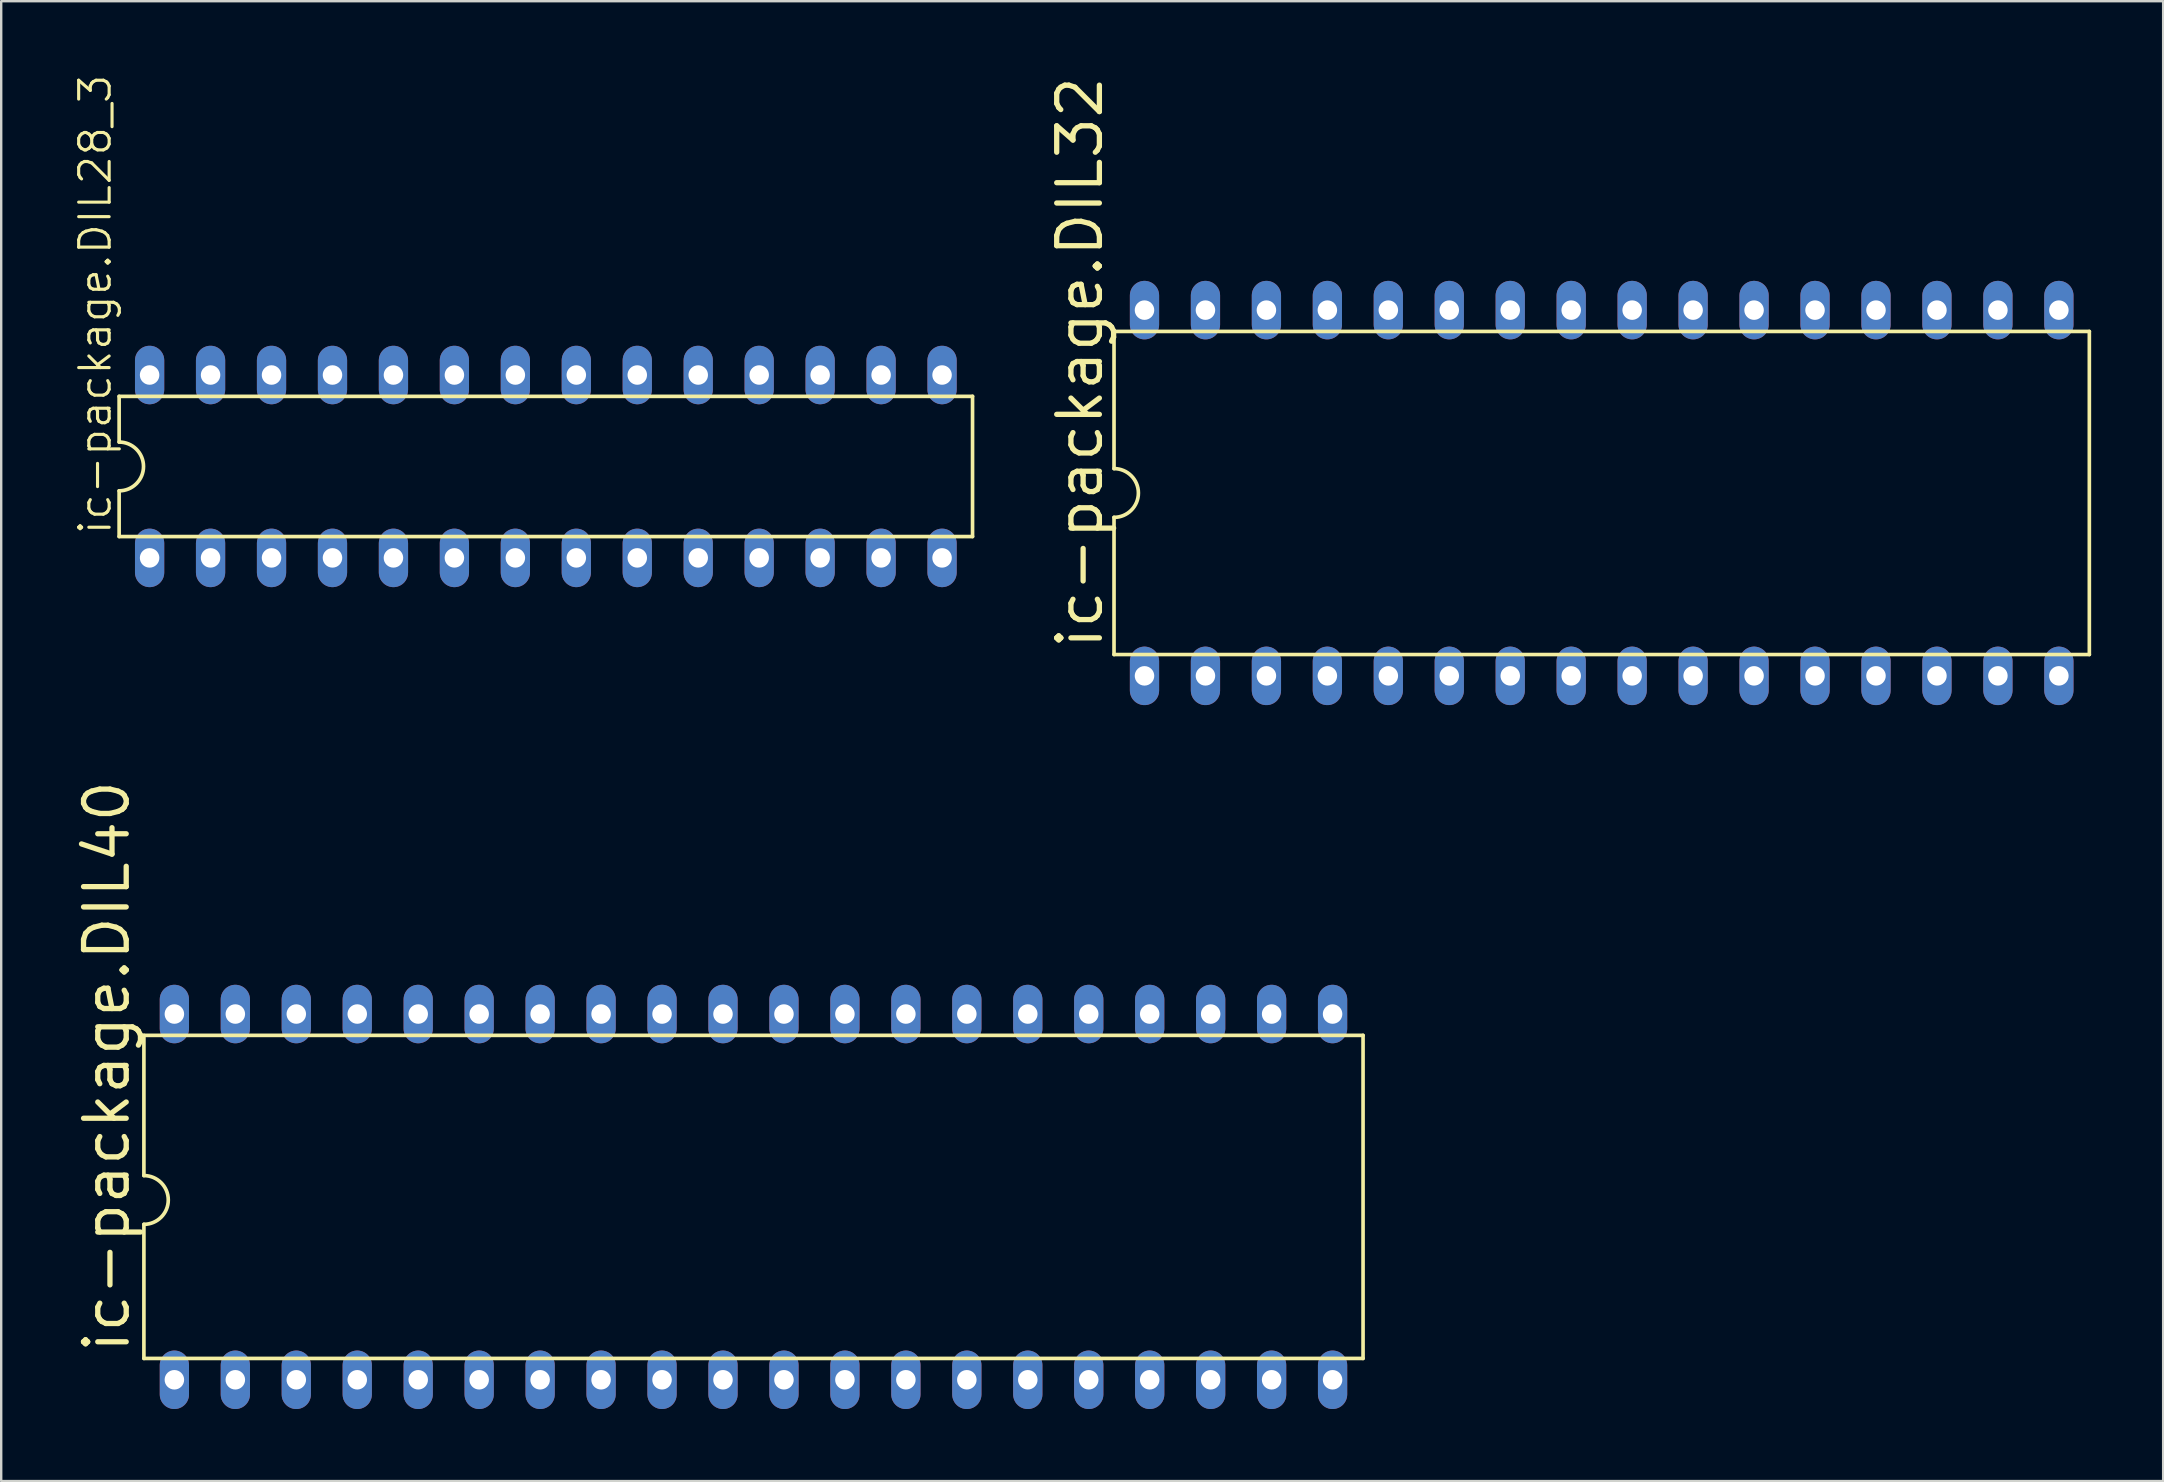
<source format=kicad_pcb>
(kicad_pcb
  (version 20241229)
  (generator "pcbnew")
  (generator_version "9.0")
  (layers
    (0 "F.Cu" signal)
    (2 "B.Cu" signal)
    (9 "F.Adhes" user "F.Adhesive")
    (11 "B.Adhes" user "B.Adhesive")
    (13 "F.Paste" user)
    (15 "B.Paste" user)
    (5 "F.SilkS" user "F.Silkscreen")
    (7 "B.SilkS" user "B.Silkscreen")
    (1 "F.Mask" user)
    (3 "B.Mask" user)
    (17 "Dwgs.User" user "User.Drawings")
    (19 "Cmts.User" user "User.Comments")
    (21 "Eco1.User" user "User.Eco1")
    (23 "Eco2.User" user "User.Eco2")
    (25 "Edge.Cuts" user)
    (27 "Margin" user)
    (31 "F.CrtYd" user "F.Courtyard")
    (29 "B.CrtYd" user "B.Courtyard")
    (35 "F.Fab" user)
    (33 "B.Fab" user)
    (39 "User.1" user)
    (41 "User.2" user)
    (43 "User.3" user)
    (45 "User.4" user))
  (footprint "ic-package.DIL32"
    (layer "F.Cu")
    (at 63.689 17.492)
    (property "Reference" "ic-package.DIL32" (at -20.701 6.604 90) (layer "F.SilkS") (effects (font (size 1.778 1.778) (thickness 0.22)) (justify left bottom)))
    (attr through_hole)
    (fp_line (start -20.32 -6.731) (end -20.32 -1.016) (stroke (width 0.152) (type default)) (layer "F.SilkS"))
    (fp_line (start -20.32 6.731) (end -20.32 1.016) (stroke (width 0.152) (type default)) (layer "F.SilkS"))
    (fp_line (start -20.32 6.731) (end 20.32 6.731) (stroke (width 0.152) (type default)) (layer "F.SilkS"))
    (fp_line (start 20.32 -6.731) (end -20.32 -6.731) (stroke (width 0.152) (type default)) (layer "F.SilkS"))
    (fp_line (start 20.32 -6.731) (end 20.32 6.731) (stroke (width 0.152) (type default)) (layer "F.SilkS"))
    (fp_arc (start -20.32 -1.016) (mid -19.304 0) (end -20.32 1.016) (stroke (width 0.1524) (type default)) (layer "F.SilkS"))
    (pad "1" thru_hole oval (at -19.05 7.62 90) (size 2.438 1.219) (drill 0.813) (layers "*.Cu" "*.Mask"))
    (pad "2" thru_hole oval (at -16.51 7.62 90) (size 2.438 1.219) (drill 0.813) (layers "*.Cu" "*.Mask"))
    (pad "3" thru_hole oval (at -13.97 7.62 90) (size 2.438 1.219) (drill 0.813) (layers "*.Cu" "*.Mask"))
    (pad "4" thru_hole oval (at -11.43 7.62 90) (size 2.438 1.219) (drill 0.813) (layers "*.Cu" "*.Mask"))
    (pad "5" thru_hole oval (at -8.89 7.62 90) (size 2.438 1.219) (drill 0.813) (layers "*.Cu" "*.Mask"))
    (pad "6" thru_hole oval (at -6.35 7.62 90) (size 2.438 1.219) (drill 0.813) (layers "*.Cu" "*.Mask"))
    (pad "7" thru_hole oval (at -3.81 7.62 90) (size 2.438 1.219) (drill 0.813) (layers "*.Cu" "*.Mask"))
    (pad "8" thru_hole oval (at -1.27 7.62 90) (size 2.438 1.219) (drill 0.813) (layers "*.Cu" "*.Mask"))
    (pad "9" thru_hole oval (at 1.27 7.62 90) (size 2.438 1.219) (drill 0.813) (layers "*.Cu" "*.Mask"))
    (pad "10" thru_hole oval (at 3.81 7.62 90) (size 2.438 1.219) (drill 0.813) (layers "*.Cu" "*.Mask"))
    (pad "11" thru_hole oval (at 6.35 7.62 90) (size 2.438 1.219) (drill 0.813) (layers "*.Cu" "*.Mask"))
    (pad "12" thru_hole oval (at 8.89 7.62 90) (size 2.438 1.219) (drill 0.813) (layers "*.Cu" "*.Mask"))
    (pad "13" thru_hole oval (at 11.43 7.62 90) (size 2.438 1.219) (drill 0.813) (layers "*.Cu" "*.Mask"))
    (pad "14" thru_hole oval (at 13.97 7.62 90) (size 2.438 1.219) (drill 0.813) (layers "*.Cu" "*.Mask"))
    (pad "15" thru_hole oval (at 16.51 7.62 90) (size 2.438 1.219) (drill 0.813) (layers "*.Cu" "*.Mask"))
    (pad "16" thru_hole oval (at 19.05 7.62 90) (size 2.438 1.219) (drill 0.813) (layers "*.Cu" "*.Mask"))
    (pad "17" thru_hole oval (at 19.05 -7.62 90) (size 2.438 1.219) (drill 0.813) (layers "*.Cu" "*.Mask"))
    (pad "18" thru_hole oval (at 16.51 -7.62 90) (size 2.438 1.219) (drill 0.813) (layers "*.Cu" "*.Mask"))
    (pad "19" thru_hole oval (at 13.97 -7.62 90) (size 2.438 1.219) (drill 0.813) (layers "*.Cu" "*.Mask"))
    (pad "20" thru_hole oval (at 11.43 -7.62 90) (size 2.438 1.219) (drill 0.813) (layers "*.Cu" "*.Mask"))
    (pad "21" thru_hole oval (at 8.89 -7.62 90) (size 2.438 1.219) (drill 0.813) (layers "*.Cu" "*.Mask"))
    (pad "22" thru_hole oval (at 6.35 -7.62 90) (size 2.438 1.219) (drill 0.813) (layers "*.Cu" "*.Mask"))
    (pad "23" thru_hole oval (at 3.81 -7.62 90) (size 2.438 1.219) (drill 0.813) (layers "*.Cu" "*.Mask"))
    (pad "24" thru_hole oval (at 1.27 -7.62 90) (size 2.438 1.219) (drill 0.813) (layers "*.Cu" "*.Mask"))
    (pad "25" thru_hole oval (at -1.27 -7.62 90) (size 2.438 1.219) (drill 0.813) (layers "*.Cu" "*.Mask"))
    (pad "26" thru_hole oval (at -3.81 -7.62 90) (size 2.438 1.219) (drill 0.813) (layers "*.Cu" "*.Mask"))
    (pad "27" thru_hole oval (at -6.35 -7.62 90) (size 2.438 1.219) (drill 0.813) (layers "*.Cu" "*.Mask"))
    (pad "28" thru_hole oval (at -8.89 -7.62 90) (size 2.438 1.219) (drill 0.813) (layers "*.Cu" "*.Mask"))
    (pad "29" thru_hole oval (at -11.43 -7.62 90) (size 2.438 1.219) (drill 0.813) (layers "*.Cu" "*.Mask"))
    (pad "30" thru_hole oval (at -13.97 -7.62 90) (size 2.438 1.219) (drill 0.813) (layers "*.Cu" "*.Mask"))
    (pad "31" thru_hole oval (at -16.51 -7.62 90) (size 2.438 1.219) (drill 0.813) (layers "*.Cu" "*.Mask"))
    (pad "32" thru_hole oval (at -19.05 -7.62 90) (size 2.438 1.219) (drill 0.813) (layers "*.Cu" "*.Mask")))
  (footprint "ic-package.DIL28_3"
    (layer "F.Cu")
    (at 19.694 16.386)
    (property "Reference" "ic-package.DIL28_3" (at -18.034 2.921 90) (layer "F.SilkS") (effects (font (size 1.27 1.27) (thickness 0.13)) (justify left bottom)))
    (attr through_hole)
    (fp_line (start -17.78 -2.921) (end -17.78 -1.016) (stroke (width 0.152) (type default)) (layer "F.SilkS"))
    (fp_line (start -17.78 2.921) (end -17.78 1.016) (stroke (width 0.152) (type default)) (layer "F.SilkS"))
    (fp_line (start -17.78 2.921) (end 17.78 2.921) (stroke (width 0.152) (type default)) (layer "F.SilkS"))
    (fp_line (start 17.78 -2.921) (end -17.78 -2.921) (stroke (width 0.152) (type default)) (layer "F.SilkS"))
    (fp_line (start 17.78 -2.921) (end 17.78 2.921) (stroke (width 0.152) (type default)) (layer "F.SilkS"))
    (fp_arc (start -17.78 -1.016) (mid -16.764 0) (end -17.78 1.016) (stroke (width 0.1524) (type default)) (layer "F.SilkS"))
    (pad "1" thru_hole oval (at -16.51 3.81 90) (size 2.438 1.219) (drill 0.813) (layers "*.Cu" "*.Mask"))
    (pad "2" thru_hole oval (at -13.97 3.81 90) (size 2.438 1.219) (drill 0.813) (layers "*.Cu" "*.Mask"))
    (pad "3" thru_hole oval (at -11.43 3.81 90) (size 2.438 1.219) (drill 0.813) (layers "*.Cu" "*.Mask"))
    (pad "4" thru_hole oval (at -8.89 3.81 90) (size 2.438 1.219) (drill 0.813) (layers "*.Cu" "*.Mask"))
    (pad "5" thru_hole oval (at -6.35 3.81 90) (size 2.438 1.219) (drill 0.813) (layers "*.Cu" "*.Mask"))
    (pad "6" thru_hole oval (at -3.81 3.81 90) (size 2.438 1.219) (drill 0.813) (layers "*.Cu" "*.Mask"))
    (pad "7" thru_hole oval (at -1.27 3.81 90) (size 2.438 1.219) (drill 0.813) (layers "*.Cu" "*.Mask"))
    (pad "8" thru_hole oval (at 1.27 3.81 90) (size 2.438 1.219) (drill 0.813) (layers "*.Cu" "*.Mask"))
    (pad "9" thru_hole oval (at 3.81 3.81 90) (size 2.438 1.219) (drill 0.813) (layers "*.Cu" "*.Mask"))
    (pad "10" thru_hole oval (at 6.35 3.81 90) (size 2.438 1.219) (drill 0.813) (layers "*.Cu" "*.Mask"))
    (pad "11" thru_hole oval (at 8.89 3.81 90) (size 2.438 1.219) (drill 0.813) (layers "*.Cu" "*.Mask"))
    (pad "12" thru_hole oval (at 11.43 3.81 90) (size 2.438 1.219) (drill 0.813) (layers "*.Cu" "*.Mask"))
    (pad "13" thru_hole oval (at 13.97 3.81 90) (size 2.438 1.219) (drill 0.813) (layers "*.Cu" "*.Mask"))
    (pad "14" thru_hole oval (at 16.51 3.81 90) (size 2.438 1.219) (drill 0.813) (layers "*.Cu" "*.Mask"))
    (pad "15" thru_hole oval (at 16.51 -3.81 90) (size 2.438 1.219) (drill 0.813) (layers "*.Cu" "*.Mask"))
    (pad "16" thru_hole oval (at 13.97 -3.81 90) (size 2.438 1.219) (drill 0.813) (layers "*.Cu" "*.Mask"))
    (pad "17" thru_hole oval (at 11.43 -3.81 90) (size 2.438 1.219) (drill 0.813) (layers "*.Cu" "*.Mask"))
    (pad "18" thru_hole oval (at 8.89 -3.81 90) (size 2.438 1.219) (drill 0.813) (layers "*.Cu" "*.Mask"))
    (pad "19" thru_hole oval (at 6.35 -3.81 90) (size 2.438 1.219) (drill 0.813) (layers "*.Cu" "*.Mask"))
    (pad "20" thru_hole oval (at 3.81 -3.81 90) (size 2.438 1.219) (drill 0.813) (layers "*.Cu" "*.Mask"))
    (pad "21" thru_hole oval (at 1.27 -3.81 90) (size 2.438 1.219) (drill 0.813) (layers "*.Cu" "*.Mask"))
    (pad "22" thru_hole oval (at -1.27 -3.81 90) (size 2.438 1.219) (drill 0.813) (layers "*.Cu" "*.Mask"))
    (pad "23" thru_hole oval (at -3.81 -3.81 90) (size 2.438 1.219) (drill 0.813) (layers "*.Cu" "*.Mask"))
    (pad "24" thru_hole oval (at -6.35 -3.81 90) (size 2.438 1.219) (drill 0.813) (layers "*.Cu" "*.Mask"))
    (pad "25" thru_hole oval (at -8.89 -3.81 90) (size 2.438 1.219) (drill 0.813) (layers "*.Cu" "*.Mask"))
    (pad "26" thru_hole oval (at -11.43 -3.81 90) (size 2.438 1.219) (drill 0.813) (layers "*.Cu" "*.Mask"))
    (pad "27" thru_hole oval (at -13.97 -3.81 90) (size 2.438 1.219) (drill 0.813) (layers "*.Cu" "*.Mask"))
    (pad "28" thru_hole oval (at -16.51 -3.81 90) (size 2.438 1.219) (drill 0.813) (layers "*.Cu" "*.Mask")))
  (footprint "ic-package.DIL40"
    (layer "F.Cu")
    (at 28.346 46.823)
    (property "Reference" "ic-package.DIL40" (at -25.908 6.604 90) (layer "F.SilkS") (effects (font (size 1.778 1.778) (thickness 0.22)) (justify left bottom)))
    (attr through_hole)
    (fp_line (start -25.4 -6.731) (end -25.4 -0.889) (stroke (width 0.152) (type default)) (layer "F.SilkS"))
    (fp_line (start -25.4 6.731) (end -25.4 1.143) (stroke (width 0.152) (type default)) (layer "F.SilkS"))
    (fp_line (start -25.4 6.731) (end 25.4 6.731) (stroke (width 0.152) (type default)) (layer "F.SilkS"))
    (fp_line (start 25.4 -6.731) (end -25.4 -6.731) (stroke (width 0.152) (type default)) (layer "F.SilkS"))
    (fp_line (start 25.4 -6.731) (end 25.4 6.731) (stroke (width 0.152) (type default)) (layer "F.SilkS"))
    (fp_arc (start -25.4 -0.889) (mid -24.384 0.127) (end -25.4 1.143) (stroke (width 0.1524) (type default)) (layer "F.SilkS"))
    (pad "1" thru_hole oval (at -24.13 7.62 90) (size 2.438 1.219) (drill 0.813) (layers "*.Cu" "*.Mask"))
    (pad "2" thru_hole oval (at -21.59 7.62 90) (size 2.438 1.219) (drill 0.813) (layers "*.Cu" "*.Mask"))
    (pad "3" thru_hole oval (at -19.05 7.62 90) (size 2.438 1.219) (drill 0.813) (layers "*.Cu" "*.Mask"))
    (pad "4" thru_hole oval (at -16.51 7.62 90) (size 2.438 1.219) (drill 0.813) (layers "*.Cu" "*.Mask"))
    (pad "5" thru_hole oval (at -13.97 7.62 90) (size 2.438 1.219) (drill 0.813) (layers "*.Cu" "*.Mask"))
    (pad "6" thru_hole oval (at -11.43 7.62 90) (size 2.438 1.219) (drill 0.813) (layers "*.Cu" "*.Mask"))
    (pad "7" thru_hole oval (at -8.89 7.62 90) (size 2.438 1.219) (drill 0.813) (layers "*.Cu" "*.Mask"))
    (pad "8" thru_hole oval (at -6.35 7.62 90) (size 2.438 1.219) (drill 0.813) (layers "*.Cu" "*.Mask"))
    (pad "9" thru_hole oval (at -3.81 7.62 90) (size 2.438 1.219) (drill 0.813) (layers "*.Cu" "*.Mask"))
    (pad "10" thru_hole oval (at -1.27 7.62 90) (size 2.438 1.219) (drill 0.813) (layers "*.Cu" "*.Mask"))
    (pad "11" thru_hole oval (at 1.27 7.62 90) (size 2.438 1.219) (drill 0.813) (layers "*.Cu" "*.Mask"))
    (pad "12" thru_hole oval (at 3.81 7.62 90) (size 2.438 1.219) (drill 0.813) (layers "*.Cu" "*.Mask"))
    (pad "13" thru_hole oval (at 6.35 7.62 90) (size 2.438 1.219) (drill 0.813) (layers "*.Cu" "*.Mask"))
    (pad "14" thru_hole oval (at 8.89 7.62 90) (size 2.438 1.219) (drill 0.813) (layers "*.Cu" "*.Mask"))
    (pad "15" thru_hole oval (at 11.43 7.62 90) (size 2.438 1.219) (drill 0.813) (layers "*.Cu" "*.Mask"))
    (pad "16" thru_hole oval (at 13.97 7.62 90) (size 2.438 1.219) (drill 0.813) (layers "*.Cu" "*.Mask"))
    (pad "17" thru_hole oval (at 16.51 7.62 90) (size 2.438 1.219) (drill 0.813) (layers "*.Cu" "*.Mask"))
    (pad "18" thru_hole oval (at 19.05 7.62 90) (size 2.438 1.219) (drill 0.813) (layers "*.Cu" "*.Mask"))
    (pad "19" thru_hole oval (at 21.59 7.62 90) (size 2.438 1.219) (drill 0.813) (layers "*.Cu" "*.Mask"))
    (pad "20" thru_hole oval (at 24.13 7.62 90) (size 2.438 1.219) (drill 0.813) (layers "*.Cu" "*.Mask"))
    (pad "21" thru_hole oval (at 24.13 -7.62 90) (size 2.438 1.219) (drill 0.813) (layers "*.Cu" "*.Mask"))
    (pad "22" thru_hole oval (at 21.59 -7.62 90) (size 2.438 1.219) (drill 0.813) (layers "*.Cu" "*.Mask"))
    (pad "23" thru_hole oval (at 19.05 -7.62 90) (size 2.438 1.219) (drill 0.813) (layers "*.Cu" "*.Mask"))
    (pad "24" thru_hole oval (at 16.51 -7.62 90) (size 2.438 1.219) (drill 0.813) (layers "*.Cu" "*.Mask"))
    (pad "25" thru_hole oval (at 13.97 -7.62 90) (size 2.438 1.219) (drill 0.813) (layers "*.Cu" "*.Mask"))
    (pad "26" thru_hole oval (at 11.43 -7.62 90) (size 2.438 1.219) (drill 0.813) (layers "*.Cu" "*.Mask"))
    (pad "27" thru_hole oval (at 8.89 -7.62 90) (size 2.438 1.219) (drill 0.813) (layers "*.Cu" "*.Mask"))
    (pad "28" thru_hole oval (at 6.35 -7.62 90) (size 2.438 1.219) (drill 0.813) (layers "*.Cu" "*.Mask"))
    (pad "29" thru_hole oval (at 3.81 -7.62 90) (size 2.438 1.219) (drill 0.813) (layers "*.Cu" "*.Mask"))
    (pad "30" thru_hole oval (at 1.27 -7.62 90) (size 2.438 1.219) (drill 0.813) (layers "*.Cu" "*.Mask"))
    (pad "31" thru_hole oval (at -1.27 -7.62 90) (size 2.438 1.219) (drill 0.813) (layers "*.Cu" "*.Mask"))
    (pad "32" thru_hole oval (at -3.81 -7.62 90) (size 2.438 1.219) (drill 0.813) (layers "*.Cu" "*.Mask"))
    (pad "33" thru_hole oval (at -6.35 -7.62 90) (size 2.438 1.219) (drill 0.813) (layers "*.Cu" "*.Mask"))
    (pad "34" thru_hole oval (at -8.89 -7.62 90) (size 2.438 1.219) (drill 0.813) (layers "*.Cu" "*.Mask"))
    (pad "35" thru_hole oval (at -11.43 -7.62 90) (size 2.438 1.219) (drill 0.813) (layers "*.Cu" "*.Mask"))
    (pad "36" thru_hole oval (at -13.97 -7.62 90) (size 2.438 1.219) (drill 0.813) (layers "*.Cu" "*.Mask"))
    (pad "37" thru_hole oval (at -16.51 -7.62 90) (size 2.438 1.219) (drill 0.813) (layers "*.Cu" "*.Mask"))
    (pad "38" thru_hole oval (at -19.05 -7.62 90) (size 2.438 1.219) (drill 0.813) (layers "*.Cu" "*.Mask"))
    (pad "39" thru_hole oval (at -21.59 -7.62 90) (size 2.438 1.219) (drill 0.813) (layers "*.Cu" "*.Mask"))
    (pad "40" thru_hole oval (at -24.13 -7.62 90) (size 2.438 1.219) (drill 0.813) (layers "*.Cu" "*.Mask")))
  (gr_rect
    (start -3 -3)
    (end 87.085 58.662)
    (stroke (width 0.1) (type default))
    (fill no)
    (layer "Edge.Cuts")))
</source>
